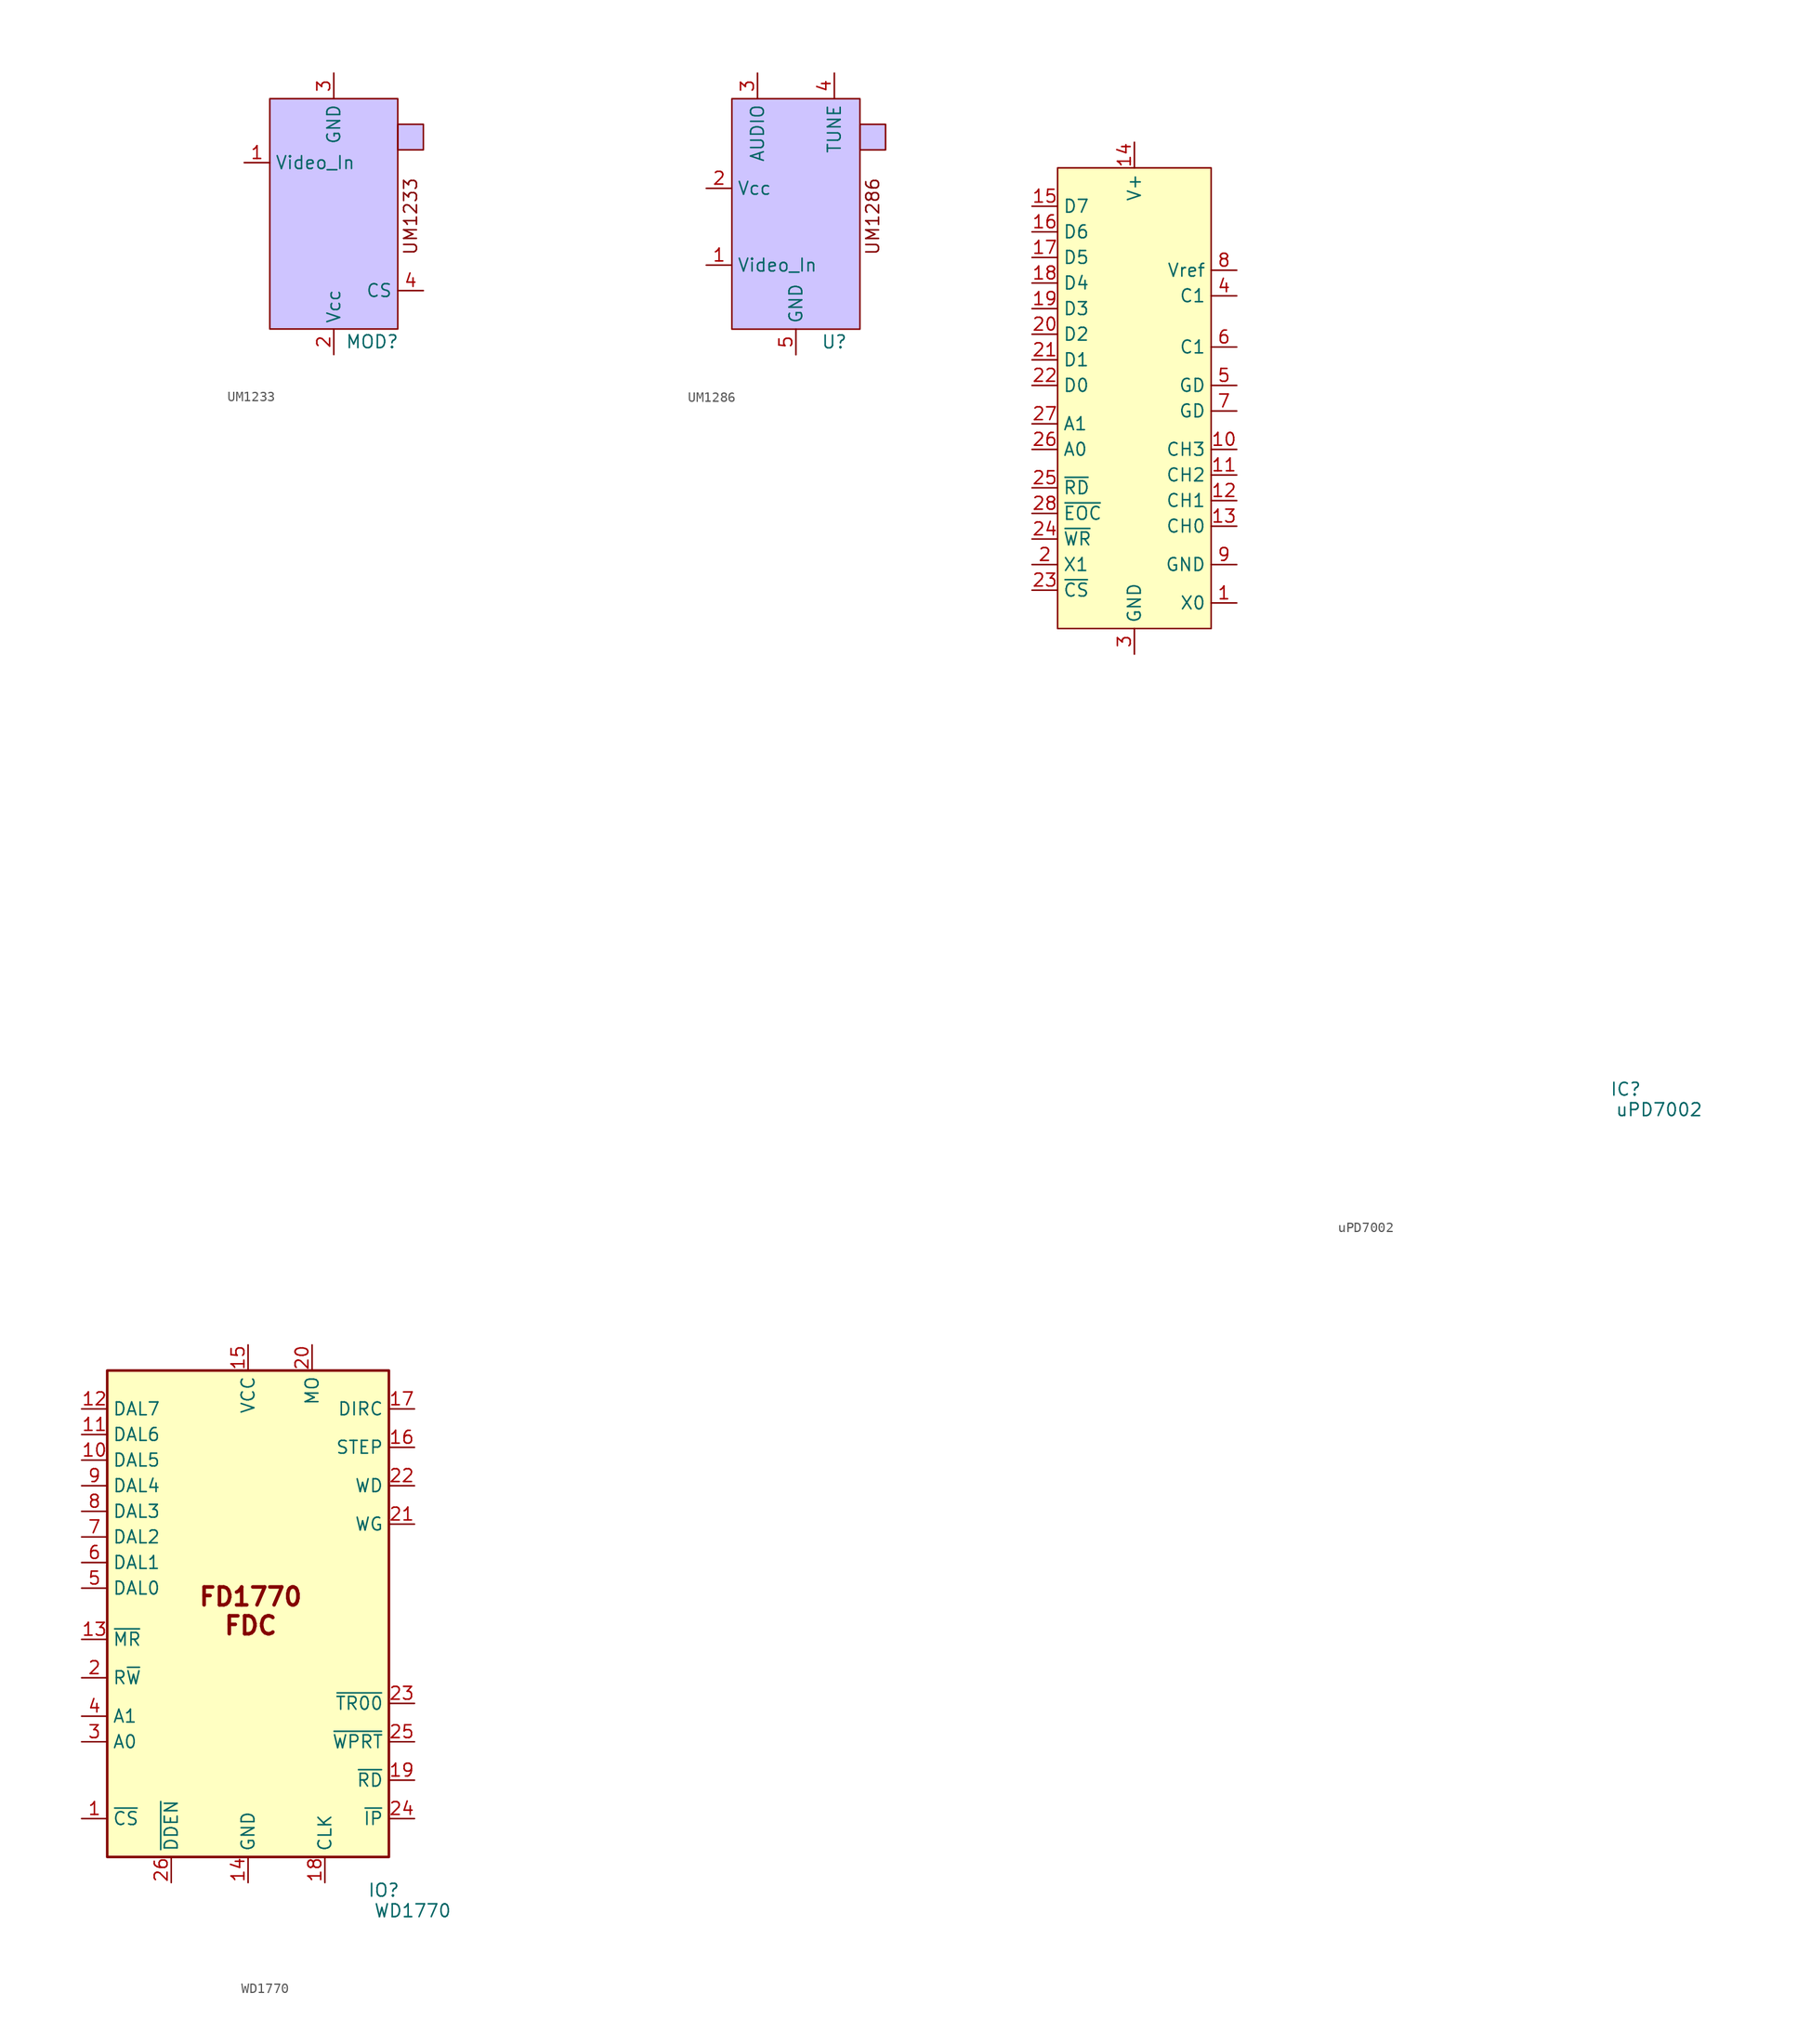
<source format=kicad_sym>
(kicad_symbol_lib
  (version 20241209)
  (generator "kicad_symbol_editor")
  (generator_version "9.0")
  (symbol "UM1233"
    (property "Reference" "MOD"
      (at 3.81 -12.7 0)
      (effects (font (size 1.27 1.27))))
    (property "Value" ""
      (at -25.4 7.62 0)
      (effects (font (size 1.27 1.27))))
    (symbol "UM1233_0_0"
      (pin input line (at -8.89 5.08 0) (length 2.54) (name "Video_In" (effects (font (size 1.27 1.27)))) (number "1" (effects (font (size 1.27 1.27)))))
      (pin power_in line (at 0 13.97 270) (length 2.54) (name "GND" (effects (font (size 1.27 1.27)))) (number "3" (effects (font (size 1.27 1.27)))))
      (pin power_in line (at 0 -13.97 90) (length 2.54) (name "Vcc" (effects (font (size 1.27 1.27)))) (number "2" (effects (font (size 1.27 1.27))))))
    (symbol "UM1233_1_0"
      (pin passive line (at 8.89 -7.62 180) (length 2.54) (name "CS" (effects (font (size 1.27 1.27)))) (number "4" (effects (font (size 1.27 1.27))))))
    (symbol "UM1233_1_1"
      (rectangle (start -6.35 11.43) (end 6.35 -11.43) (stroke (width 0) (type default)) (fill (type color) (color 206 196 255 1)))
      (rectangle (start 6.35 8.89) (end 8.89 6.35) (stroke (width 0) (type default)) (fill (type color) (color 206 196 255 1)))
      (text "UM1233" (at 7.62 -0.254 900) (effects (font (size 1.27 1.27))))))
  (symbol "UM1286"
    (property "Reference" "U"
      (at 3.81 -12.7 0)
      (effects (font (size 1.27 1.27))))
    (property "Value" ""
      (at -25.4 7.62 0)
      (effects (font (size 1.27 1.27))))
    (symbol "UM1286_0_0"
      (pin power_in line (at -8.89 2.54 0) (length 2.54) (name "Vcc" (effects (font (size 1.27 1.27)))) (number "2" (effects (font (size 1.27 1.27)))))
      (pin input line (at -8.89 -5.08 0) (length 2.54) (name "Video_In" (effects (font (size 1.27 1.27)))) (number "1" (effects (font (size 1.27 1.27))))))
    (symbol "UM1286_1_0"
      (pin input line (at -3.81 13.97 270) (length 2.54) (name "AUDIO" (effects (font (size 1.27 1.27)))) (number "3" (effects (font (size 1.27 1.27)))))
      (pin power_in line (at 0 -13.97 90) (length 2.54) (name "GND" (effects (font (size 1.27 1.27)))) (number "5" (effects (font (size 1.27 1.27)))))
      (pin passive line (at 3.81 13.97 270) (length 2.54) (name "TUNE" (effects (font (size 1.27 1.27)))) (number "4" (effects (font (size 1.27 1.27))))))
    (symbol "UM1286_1_1"
      (rectangle (start -6.35 11.43) (end 6.35 -11.43) (stroke (width 0) (type default)) (fill (type color) (color 206 196 255 1)))
      (rectangle (start 6.35 8.89) (end 8.89 6.35) (stroke (width 0) (type default)) (fill (type color) (color 206 196 255 1)))
      (text "UM1286\n" (at 7.62 -0.254 900) (effects (font (size 1.27 1.27))))))
  (symbol "uPD7002"
    (property "Reference" "IC"
      (at 48.768 -69.85 0)
      (effects (font (size 1.27 1.27))))
    (property "Value" "uPD7002"
      (at 52.07 -71.882 0)
      (effects (font (size 1.27 1.27))))
    (symbol "uPD7002_0_0"
      (pin bidirectional line (at -10.16 17.78 0) (length 2.54) (name "D7" (effects (font (size 1.27 1.27)))) (number "15" (effects (font (size 1.27 1.27)))))
      (pin bidirectional line (at -10.16 15.24 0) (length 2.54) (name "D6" (effects (font (size 1.27 1.27)))) (number "16" (effects (font (size 1.27 1.27)))))
      (pin bidirectional line (at -10.16 12.7 0) (length 2.54) (name "D5" (effects (font (size 1.27 1.27)))) (number "17" (effects (font (size 1.27 1.27)))))
      (pin bidirectional line (at -10.16 10.16 0) (length 2.54) (name "D4" (effects (font (size 1.27 1.27)))) (number "18" (effects (font (size 1.27 1.27)))))
      (pin bidirectional line (at -10.16 7.62 0) (length 2.54) (name "D3" (effects (font (size 1.27 1.27)))) (number "19" (effects (font (size 1.27 1.27)))))
      (pin bidirectional line (at -10.16 5.08 0) (length 2.54) (name "D2" (effects (font (size 1.27 1.27)))) (number "20" (effects (font (size 1.27 1.27)))))
      (pin bidirectional line (at -10.16 2.54 0) (length 2.54) (name "D1" (effects (font (size 1.27 1.27)))) (number "21" (effects (font (size 1.27 1.27)))))
      (pin bidirectional line (at -10.16 0 0) (length 2.54) (name "D0" (effects (font (size 1.27 1.27)))) (number "22" (effects (font (size 1.27 1.27)))))
      (pin input line (at -10.16 -3.81 0) (length 2.54) (name "A1" (effects (font (size 1.27 1.27)))) (number "27" (effects (font (size 1.27 1.27)))))
      (pin input line (at -10.16 -6.35 0) (length 2.54) (name "A0" (effects (font (size 1.27 1.27)))) (number "26" (effects (font (size 1.27 1.27)))))
      (pin input line (at -10.16 -10.16 0) (length 2.54) (name "~{RD}" (effects (font (size 1.27 1.27)))) (number "25" (effects (font (size 1.27 1.27)))))
      (pin input line (at -10.16 -15.24 0) (length 2.54) (name "~{WR}" (effects (font (size 1.27 1.27)))) (number "24" (effects (font (size 1.27 1.27)))))
      (pin input line (at -10.16 -17.78 0) (length 2.54) (name "X1" (effects (font (size 1.27 1.27)))) (number "2" (effects (font (size 1.27 1.27)))))
      (pin input line (at -10.16 -20.32 0) (length 2.54) (name "~{CS}" (effects (font (size 1.27 1.27)))) (number "23" (effects (font (size 1.27 1.27)))))
      (pin power_in line (at 0 24.13 270) (length 2.54) (name "V+" (effects (font (size 1.27 1.27)))) (number "14" (effects (font (size 1.27 1.27)))))
      (pin power_in line (at 0 -26.67 90) (length 2.54) (name "GND" (effects (font (size 1.27 1.27)))) (number "3" (effects (font (size 1.27 1.27)))))
      (pin power_in line (at 10.16 11.43 180) (length 2.54) (name "Vref" (effects (font (size 1.27 1.27)))) (number "8" (effects (font (size 1.27 1.27)))))
      (pin passive line (at 10.16 8.89 180) (length 2.54) (name "C1" (effects (font (size 1.27 1.27)))) (number "4" (effects (font (size 1.27 1.27)))))
      (pin passive line (at 10.16 3.81 180) (length 2.54) (name "C1" (effects (font (size 1.27 1.27)))) (number "6" (effects (font (size 1.27 1.27)))))
      (pin passive line (at 10.16 0 180) (length 2.54) (name "GD" (effects (font (size 1.27 1.27)))) (number "5" (effects (font (size 1.27 1.27)))))
      (pin passive line (at 10.16 -2.54 180) (length 2.54) (name "GD" (effects (font (size 1.27 1.27)))) (number "7" (effects (font (size 1.27 1.27)))))
      (pin passive line (at 10.16 -6.35 180) (length 2.54) (name "CH3" (effects (font (size 1.27 1.27)))) (number "10" (effects (font (size 1.27 1.27)))))
      (pin passive line (at 10.16 -8.89 180) (length 2.54) (name "CH2" (effects (font (size 1.27 1.27)))) (number "11" (effects (font (size 1.27 1.27)))))
      (pin passive line (at 10.16 -11.43 180) (length 2.54) (name "CH1" (effects (font (size 1.27 1.27)))) (number "12" (effects (font (size 1.27 1.27)))))
      (pin passive line (at 10.16 -13.97 180) (length 2.54) (name "CH0" (effects (font (size 1.27 1.27)))) (number "13" (effects (font (size 1.27 1.27)))))
      (pin power_in line (at 10.16 -17.78 180) (length 2.54) (name "GND" (effects (font (size 1.27 1.27)))) (number "9" (effects (font (size 1.27 1.27)))))
      (pin input line (at 10.16 -21.59 180) (length 2.54) (name "X0" (effects (font (size 1.27 1.27)))) (number "1" (effects (font (size 1.27 1.27))))))
    (symbol "uPD7002_1_0"
      (pin bidirectional line (at -10.16 -12.7 0) (length 2.54) (name "~{EOC}" (effects (font (size 1.27 1.27)))) (number "28" (effects (font (size 1.27 1.27))))))
    (symbol "uPD7002_1_1"
      (rectangle (start -7.62 21.59) (end 7.62 -24.13) (stroke (width 0) (type default)) (fill (type background)))))
  (symbol "WD1770"
    (property "Reference" "IO"
      (at 13.462 -27.432 0)
      (effects (font (size 1.27 1.27))))
    (property "Value" "WD1770"
      (at 12.446 -29.464 0)
      (effects (font (size 1.27 1.27)) (justify left)))
    (symbol "WD1770_1_1"
      (rectangle (start -13.97 24.13) (end 13.97 -24.13) (stroke (width 0.254) (type default)) (fill (type background)))
      (text "FD1770\nFDC" (at 0.254 0.254 0) (effects (font (size 1.778 1.778) (thickness 0.356) (bold yes))))
      (pin bidirectional line (at -16.51 20.32 0) (length 2.54) (name "DAL7" (effects (font (size 1.27 1.27)))) (number "12" (effects (font (size 1.27 1.27)))))
      (pin bidirectional line (at -16.51 17.78 0) (length 2.54) (name "DAL6" (effects (font (size 1.27 1.27)))) (number "11" (effects (font (size 1.27 1.27)))))
      (pin bidirectional line (at -16.51 15.24 0) (length 2.54) (name "DAL5" (effects (font (size 1.27 1.27)))) (number "10" (effects (font (size 1.27 1.27)))))
      (pin bidirectional line (at -16.51 12.7 0) (length 2.54) (name "DAL4" (effects (font (size 1.27 1.27)))) (number "9" (effects (font (size 1.27 1.27)))))
      (pin bidirectional line (at -16.51 10.16 0) (length 2.54) (name "DAL3" (effects (font (size 1.27 1.27)))) (number "8" (effects (font (size 1.27 1.27)))))
      (pin bidirectional line (at -16.51 7.62 0) (length 2.54) (name "DAL2" (effects (font (size 1.27 1.27)))) (number "7" (effects (font (size 1.27 1.27)))))
      (pin bidirectional line (at -16.51 5.08 0) (length 2.54) (name "DAL1" (effects (font (size 1.27 1.27)))) (number "6" (effects (font (size 1.27 1.27)))))
      (pin bidirectional line (at -16.51 2.54 0) (length 2.54) (name "DAL0" (effects (font (size 1.27 1.27)))) (number "5" (effects (font (size 1.27 1.27)))))
      (pin passive line (at -16.51 -2.54 0) (length 2.54) (name "~{MR}" (effects (font (size 1.27 1.27)))) (number "13" (effects (font (size 1.27 1.27)))))
      (pin input line (at -16.51 -6.35 0) (length 2.54) (name "R~{W}" (effects (font (size 1.27 1.27)))) (number "2" (effects (font (size 1.27 1.27)))))
      (pin input line (at -16.51 -10.16 0) (length 2.54) (name "A1" (effects (font (size 1.27 1.27)))) (number "4" (effects (font (size 1.27 1.27)))))
      (pin input line (at -16.51 -12.7 0) (length 2.54) (name "A0" (effects (font (size 1.27 1.27)))) (number "3" (effects (font (size 1.27 1.27)))))
      (pin input line (at -16.51 -20.32 0) (length 2.54) (name "~{CS}" (effects (font (size 1.27 1.27)))) (number "1" (effects (font (size 1.27 1.27)))))
      (pin passive line (at -7.62 -26.67 90) (length 2.54) (name "~{DDEN}" (effects (font (size 1.27 1.27)))) (number "26" (effects (font (size 1.27 1.27)))))
      (pin power_in line (at 0 26.67 270) (length 2.54) (name "VCC" (effects (font (size 1.27 1.27)))) (number "15" (effects (font (size 1.27 1.27)))))
      (pin power_in line (at 0 -26.67 90) (length 2.54) (name "GND" (effects (font (size 1.27 1.27)))) (number "14" (effects (font (size 1.27 1.27)))))
      (pin passive line (at 6.35 26.67 270) (length 2.54) (name "MO" (effects (font (size 1.27 1.27)))) (number "20" (effects (font (size 1.27 1.27)))))
      (pin input line (at 7.62 -26.67 90) (length 2.54) (name "CLK" (effects (font (size 1.27 1.27)))) (number "18" (effects (font (size 1.27 1.27)))))
      (pin passive line (at 16.51 20.32 180) (length 2.54) (name "DIRC" (effects (font (size 1.27 1.27)))) (number "17" (effects (font (size 1.27 1.27)))))
      (pin passive line (at 16.51 16.51 180) (length 2.54) (name "STEP" (effects (font (size 1.27 1.27)))) (number "16" (effects (font (size 1.27 1.27)))))
      (pin passive line (at 16.51 12.7 180) (length 2.54) (name "WD" (effects (font (size 1.27 1.27)))) (number "22" (effects (font (size 1.27 1.27)))))
      (pin passive line (at 16.51 8.89 180) (length 2.54) (name "WG" (effects (font (size 1.27 1.27)))) (number "21" (effects (font (size 1.27 1.27)))))
      (pin no_connect line (at 16.51 1.27 180) (length 2.54) (hide yes) (name "INTRQ" (effects (font (size 1.27 1.27)))) (number "28" (effects (font (size 1.27 1.27)))))
      (pin no_connect line (at 16.51 -1.27 180) (length 2.54) (hide yes) (name "DRQ" (effects (font (size 1.27 1.27)))) (number "27" (effects (font (size 1.27 1.27)))))
      (pin passive line (at 16.51 -8.89 180) (length 2.54) (name "~{TR00}" (effects (font (size 1.27 1.27)))) (number "23" (effects (font (size 1.27 1.27)))))
      (pin passive line (at 16.51 -12.7 180) (length 2.54) (name "~{WPRT}" (effects (font (size 1.27 1.27)))) (number "25" (effects (font (size 1.27 1.27)))))
      (pin input line (at 16.51 -16.51 180) (length 2.54) (name "~{RD}" (effects (font (size 1.27 1.27)))) (number "19" (effects (font (size 1.27 1.27)))))
      (pin passive line (at 16.51 -20.32 180) (length 2.54) (name "~{IP}" (effects (font (size 1.27 1.27)))) (number "24" (effects (font (size 1.27 1.27))))))))
</source>
